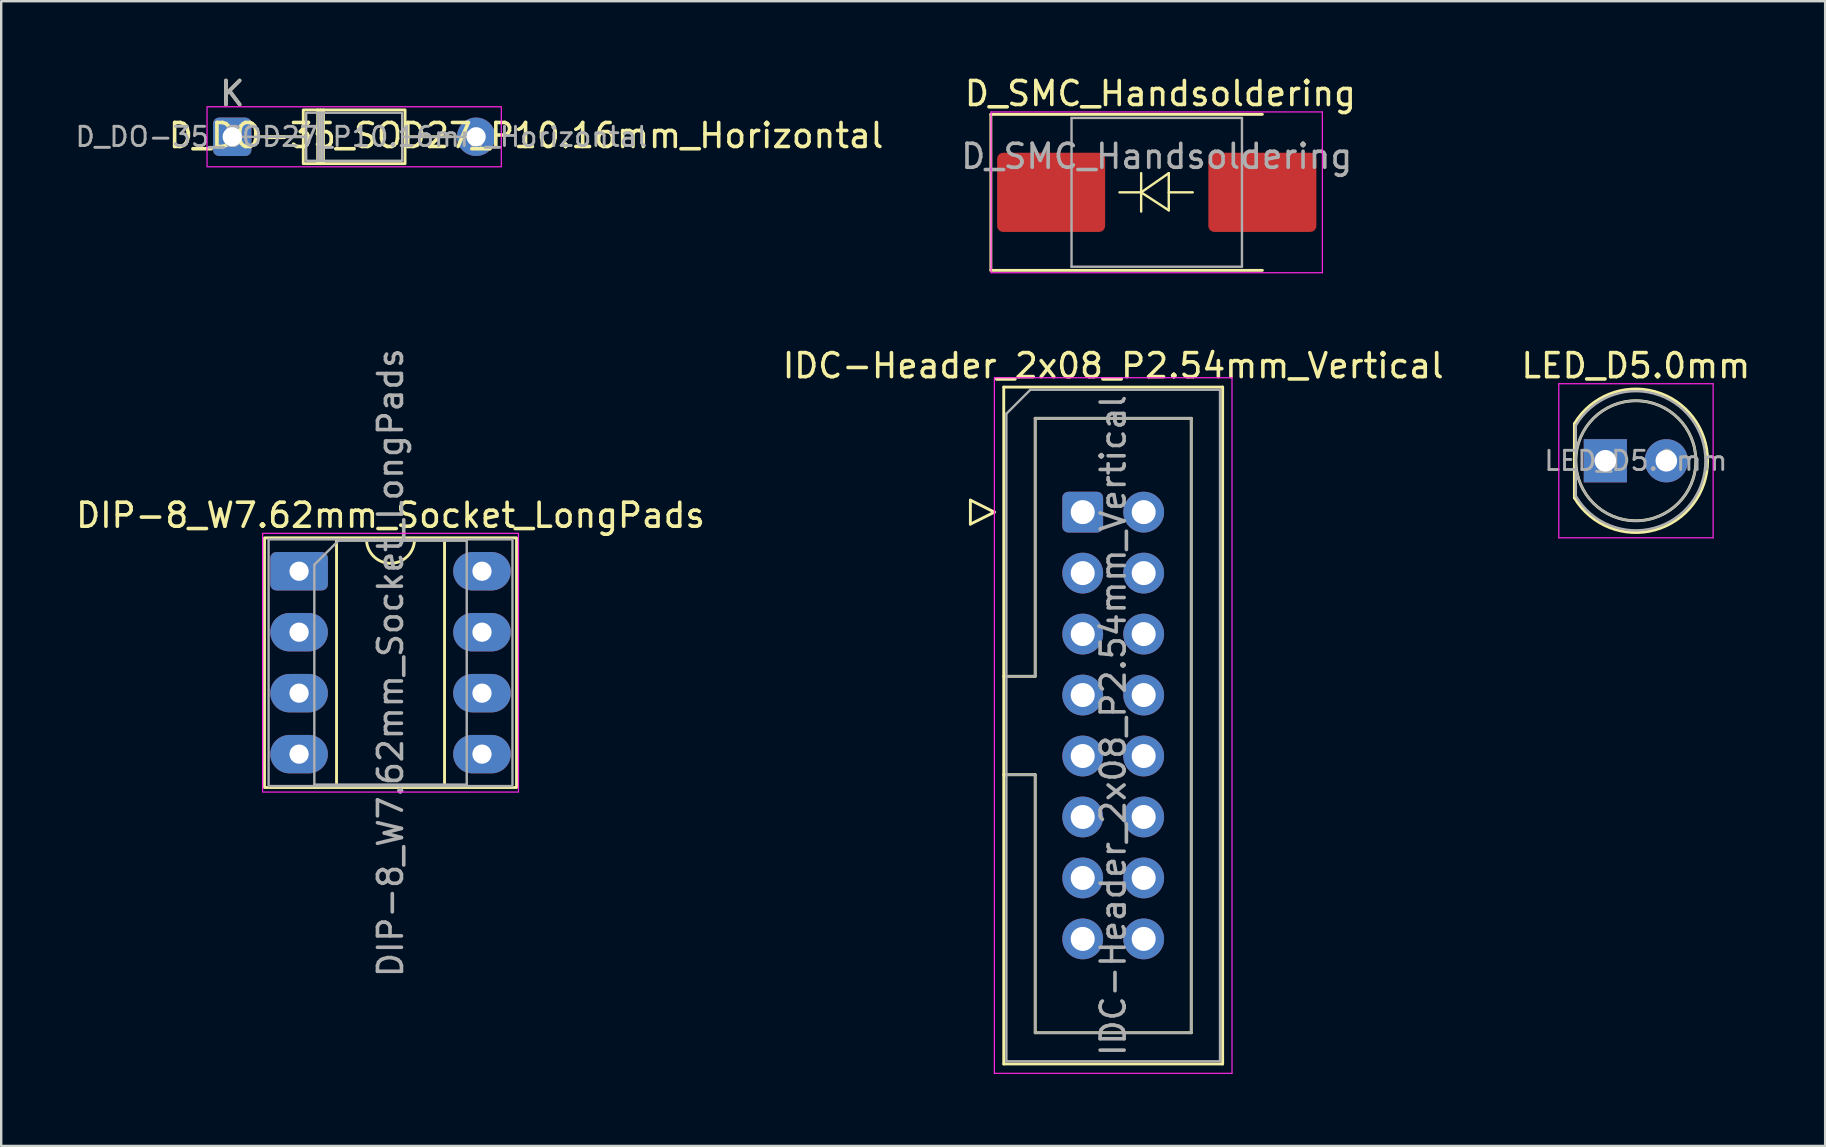
<source format=kicad_pcb>
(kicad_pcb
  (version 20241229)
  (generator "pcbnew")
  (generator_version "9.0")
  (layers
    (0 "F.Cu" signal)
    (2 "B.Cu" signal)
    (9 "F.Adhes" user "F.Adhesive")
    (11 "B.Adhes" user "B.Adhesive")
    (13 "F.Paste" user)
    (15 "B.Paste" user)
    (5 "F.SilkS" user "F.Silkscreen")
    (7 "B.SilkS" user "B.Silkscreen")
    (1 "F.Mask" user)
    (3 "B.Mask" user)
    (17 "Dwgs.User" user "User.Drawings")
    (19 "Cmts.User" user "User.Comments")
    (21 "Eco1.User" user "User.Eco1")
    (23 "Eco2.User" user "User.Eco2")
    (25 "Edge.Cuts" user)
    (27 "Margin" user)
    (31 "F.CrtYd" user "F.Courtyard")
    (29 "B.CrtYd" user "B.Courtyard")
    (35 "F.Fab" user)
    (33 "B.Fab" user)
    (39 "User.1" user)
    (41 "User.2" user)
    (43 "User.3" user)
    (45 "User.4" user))
  (footprint "IDC-Header_2x08_P2.54mm_Vertical"
    (layer "F.Cu")
    (at 42.057 18.286)
    (property "Reference" "IDC-Header_2x08_P2.54mm_Vertical" (at 1.27 -6.1 0) (layer "F.SilkS") (effects (font (size 1 1) (thickness 0.15))))
    (attr through_hole)
    (fp_line (start -4.68 -0.5) (end -4.68 0.5) (stroke (width 0.12) (type solid)) (layer "F.SilkS"))
    (fp_line (start -4.68 0.5) (end -3.68 0) (stroke (width 0.12) (type solid)) (layer "F.SilkS"))
    (fp_line (start -3.68 0) (end -4.68 -0.5) (stroke (width 0.12) (type solid)) (layer "F.SilkS"))
    (fp_line (start -3.29 -5.21) (end 5.83 -5.21) (stroke (width 0.12) (type solid)) (layer "F.SilkS"))
    (fp_line (start -3.29 6.84) (end -1.98 6.84) (stroke (width 0.12) (type solid)) (layer "F.SilkS"))
    (fp_line (start -3.29 22.99) (end -3.29 -5.21) (stroke (width 0.12) (type solid)) (layer "F.SilkS"))
    (fp_line (start -1.98 -3.91) (end 4.52 -3.91) (stroke (width 0.12) (type solid)) (layer "F.SilkS"))
    (fp_line (start -1.98 6.84) (end -1.98 -3.91) (stroke (width 0.12) (type solid)) (layer "F.SilkS"))
    (fp_line (start -1.98 10.94) (end -3.29 10.94) (stroke (width 0.12) (type solid)) (layer "F.SilkS"))
    (fp_line (start -1.98 21.69) (end -1.98 10.94) (stroke (width 0.12) (type solid)) (layer "F.SilkS"))
    (fp_line (start 4.52 -3.91) (end 4.52 21.69) (stroke (width 0.12) (type solid)) (layer "F.SilkS"))
    (fp_line (start 4.52 21.69) (end -1.98 21.69) (stroke (width 0.12) (type solid)) (layer "F.SilkS"))
    (fp_line (start 5.83 -5.21) (end 5.83 22.99) (stroke (width 0.12) (type solid)) (layer "F.SilkS"))
    (fp_line (start 5.83 22.99) (end -3.29 22.99) (stroke (width 0.12) (type solid)) (layer "F.SilkS"))
    (fp_line (start -3.68 -5.6) (end -3.68 23.38) (stroke (width 0.05) (type solid)) (layer "F.CrtYd"))
    (fp_line (start -3.68 23.38) (end 6.22 23.38) (stroke (width 0.05) (type solid)) (layer "F.CrtYd"))
    (fp_line (start 6.22 -5.6) (end -3.68 -5.6) (stroke (width 0.05) (type solid)) (layer "F.CrtYd"))
    (fp_line (start 6.22 23.38) (end 6.22 -5.6) (stroke (width 0.05) (type solid)) (layer "F.CrtYd"))
    (fp_line (start -3.18 -4.1) (end -2.18 -5.1) (stroke (width 0.1) (type solid)) (layer "F.Fab"))
    (fp_line (start -3.18 6.84) (end -1.98 6.84) (stroke (width 0.1) (type solid)) (layer "F.Fab"))
    (fp_line (start -3.18 22.88) (end -3.18 -4.1) (stroke (width 0.1) (type solid)) (layer "F.Fab"))
    (fp_line (start -2.18 -5.1) (end 5.72 -5.1) (stroke (width 0.1) (type solid)) (layer "F.Fab"))
    (fp_line (start -1.98 -3.91) (end 4.52 -3.91) (stroke (width 0.1) (type solid)) (layer "F.Fab"))
    (fp_line (start -1.98 6.84) (end -1.98 -3.91) (stroke (width 0.1) (type solid)) (layer "F.Fab"))
    (fp_line (start -1.98 10.94) (end -3.18 10.94) (stroke (width 0.1) (type solid)) (layer "F.Fab"))
    (fp_line (start -1.98 21.69) (end -1.98 10.94) (stroke (width 0.1) (type solid)) (layer "F.Fab"))
    (fp_line (start 4.52 -3.91) (end 4.52 21.69) (stroke (width 0.1) (type solid)) (layer "F.Fab"))
    (fp_line (start 4.52 21.69) (end -1.98 21.69) (stroke (width 0.1) (type solid)) (layer "F.Fab"))
    (fp_line (start 5.72 -5.1) (end 5.72 22.88) (stroke (width 0.1) (type solid)) (layer "F.Fab"))
    (fp_line (start 5.72 22.88) (end -3.18 22.88) (stroke (width 0.1) (type solid)) (layer "F.Fab"))
    (fp_text user "${REFERENCE}" (at 1.27 8.89 90) (layer "F.Fab") (effects (font (size 1 1) (thickness 0.15))))
    (pad "1" thru_hole roundrect (at 0 0 180) (size 1.7 1.7) (drill 1) (layers "*.Cu" "*.Mask") (roundrect_rratio 0.147))
    (pad "2" thru_hole circle (at 2.54 0 180) (size 1.7 1.7) (drill 1) (layers "*.Cu" "*.Mask"))
    (pad "3" thru_hole circle (at 0 2.54 180) (size 1.7 1.7) (drill 1) (layers "*.Cu" "*.Mask"))
    (pad "4" thru_hole circle (at 2.54 2.54 180) (size 1.7 1.7) (drill 1) (layers "*.Cu" "*.Mask"))
    (pad "5" thru_hole circle (at 0 5.08 180) (size 1.7 1.7) (drill 1) (layers "*.Cu" "*.Mask"))
    (pad "6" thru_hole circle (at 2.54 5.08 180) (size 1.7 1.7) (drill 1) (layers "*.Cu" "*.Mask"))
    (pad "7" thru_hole circle (at 0 7.62 180) (size 1.7 1.7) (drill 1) (layers "*.Cu" "*.Mask"))
    (pad "8" thru_hole circle (at 2.54 7.62 180) (size 1.7 1.7) (drill 1) (layers "*.Cu" "*.Mask"))
    (pad "9" thru_hole circle (at 0 10.16 180) (size 1.7 1.7) (drill 1) (layers "*.Cu" "*.Mask"))
    (pad "10" thru_hole circle (at 2.54 10.16 180) (size 1.7 1.7) (drill 1) (layers "*.Cu" "*.Mask"))
    (pad "11" thru_hole circle (at 0 12.7 180) (size 1.7 1.7) (drill 1) (layers "*.Cu" "*.Mask"))
    (pad "12" thru_hole circle (at 2.54 12.7 180) (size 1.7 1.7) (drill 1) (layers "*.Cu" "*.Mask"))
    (pad "13" thru_hole circle (at 0 15.24 180) (size 1.7 1.7) (drill 1) (layers "*.Cu" "*.Mask"))
    (pad "14" thru_hole circle (at 2.54 15.24 180) (size 1.7 1.7) (drill 1) (layers "*.Cu" "*.Mask"))
    (pad "15" thru_hole circle (at 0 17.78 180) (size 1.7 1.7) (drill 1) (layers "*.Cu" "*.Mask"))
    (pad "16" thru_hole circle (at 2.54 17.78 180) (size 1.7 1.7) (drill 1) (layers "*.Cu" "*.Mask")))
  (footprint "D_SMC_Handsoldering"
    (layer "F.Cu")
    (at 45.141 4.963)
    (property "Reference" "D_SMC_Handsoldering" (at 0.152 -4.115 0) (unlocked yes) (layer "F.SilkS") (effects (font (size 1 1) (thickness 0.15))))
    (attr smd)
    (fp_line (start -6.91 -3.25) (end 4.4 -3.25) (stroke (width 0.12) (type solid)) (layer "F.SilkS"))
    (fp_line (start -6.91 3.25) (end -6.91 -3.25) (stroke (width 0.12) (type solid)) (layer "F.SilkS"))
    (fp_line (start -6.91 3.25) (end 4.4 3.25) (stroke (width 0.12) (type solid)) (layer "F.SilkS"))
    (fp_line (start -0.649 -0.799) (end -0.649 0.801) (stroke (width 0.1) (type solid)) (layer "F.SilkS"))
    (fp_line (start -0.649 0.001) (end -1.551 0.001) (stroke (width 0.1) (type solid)) (layer "F.SilkS"))
    (fp_line (start -0.649 0.001) (end 0.501 -0.799) (stroke (width 0.1) (type solid)) (layer "F.SilkS"))
    (fp_line (start -0.649 0.001) (end 0.501 0.75) (stroke (width 0.1) (type solid)) (layer "F.SilkS"))
    (fp_line (start 0.501 0.001) (end 1.499 0.001) (stroke (width 0.1) (type solid)) (layer "F.SilkS"))
    (fp_line (start 0.501 0.75) (end 0.501 -0.799) (stroke (width 0.1) (type solid)) (layer "F.SilkS"))
    (fp_line (start -6.9 -3.35) (end 6.9 -3.35) (stroke (width 0.05) (type solid)) (layer "F.CrtYd"))
    (fp_line (start -6.9 3.35) (end -6.9 -3.35) (stroke (width 0.05) (type solid)) (layer "F.CrtYd"))
    (fp_line (start 6.9 -3.35) (end 6.9 3.35) (stroke (width 0.05) (type solid)) (layer "F.CrtYd"))
    (fp_line (start 6.9 3.35) (end -6.9 3.35) (stroke (width 0.05) (type solid)) (layer "F.CrtYd"))
    (fp_line (start -3.55 3.1) (end -3.55 -3.1) (stroke (width 0.1) (type solid)) (layer "F.Fab"))
    (fp_line (start 3.55 -3.1) (end -3.55 -3.1) (stroke (width 0.1) (type solid)) (layer "F.Fab"))
    (fp_line (start 3.55 -3.1) (end 3.55 3.1) (stroke (width 0.1) (type solid)) (layer "F.Fab"))
    (fp_line (start 3.55 3.1) (end -3.55 3.1) (stroke (width 0.1) (type solid)) (layer "F.Fab"))
    (fp_text user "${REFERENCE}" (at 0 -1.5 180) (layer "F.Fab") (effects (font (size 1 1) (thickness 0.15))))
    (pad "1" smd roundrect (at -4.4 0 90) (size 3.3 4.5) (layers "F.Cu" "F.Mask" "F.Paste") (roundrect_rratio 0.076))
    (pad "2" smd roundrect (at 4.4 0 90) (size 3.3 4.5) (layers "F.Cu" "F.Mask" "F.Paste") (roundrect_rratio 0.076)))
  (footprint "LED_D5.0mm"
    (layer "F.Cu")
    (at 63.831 16.146)
    (property "Reference" "LED_D5.0mm" (at 1.27 -3.96 0) (unlocked yes) (layer "F.SilkS") (effects (font (size 1 1) (thickness 0.15))))
    (attr through_hole)
    (fp_line (start -1.29 -1.545) (end -1.29 1.545) (stroke (width 0.12) (type solid)) (layer "F.SilkS"))
    (fp_arc (start -1.29 -1.54483) (mid 2.071779 -2.880495) (end 4.26 0) (stroke (width 0.12) (type solid)) (layer "F.SilkS"))
    (fp_arc (start 4.26 0) (mid 2.071779 2.880495) (end -1.29 1.54483) (stroke (width 0.12) (type solid)) (layer "F.SilkS"))
    (fp_circle (center 1.27 0) (end 3.77 0) (stroke (width 0.12) (type solid)) (fill no) (layer "F.SilkS"))
    (fp_line (start -1.94 -3.21) (end -1.94 3.21) (stroke (width 0.05) (type solid)) (layer "F.CrtYd"))
    (fp_line (start -1.94 3.21) (end 4.49 3.21) (stroke (width 0.05) (type solid)) (layer "F.CrtYd"))
    (fp_line (start 4.49 -3.21) (end -1.94 -3.21) (stroke (width 0.05) (type solid)) (layer "F.CrtYd"))
    (fp_line (start 4.49 3.21) (end 4.49 -3.21) (stroke (width 0.05) (type solid)) (layer "F.CrtYd"))
    (fp_line (start -1.23 -1.47) (end -1.23 1.47) (stroke (width 0.1) (type solid)) (layer "F.Fab"))
    (fp_arc (start -1.23 -1.469694) (mid 4.17 0) (end -1.23 1.469694) (stroke (width 0.1) (type solid)) (layer "F.Fab"))
    (fp_circle (center 1.27 0) (end 3.77 0) (stroke (width 0.1) (type solid)) (fill no) (layer "F.Fab"))
    (fp_text user "${REFERENCE}" (at 1.27 0 180) (layer "F.Fab") (effects (font (size 0.8 0.8) (thickness 0.12))))
    (pad "1" thru_hole rect (at 0 0) (size 1.8 1.8) (drill 0.9) (layers "*.Cu" "*.Mask"))
    (pad "2" thru_hole circle (at 2.54 0) (size 1.8 1.8) (drill 0.9) (layers "*.Cu" "*.Mask")))
  (footprint "DIP-8_W7.62mm_Socket_LongPads"
    (layer "F.Cu")
    (at 9.41 20.748)
    (property "Reference" "DIP-8_W7.62mm_Socket_LongPads" (at 3.81 -2.33 0) (unlocked yes) (layer "F.SilkS") (effects (font (size 1 1) (thickness 0.15))))
    (attr through_hole)
    (fp_line (start 1.56 -1.33) (end 1.56 8.95) (stroke (width 0.12) (type solid)) (layer "F.SilkS"))
    (fp_line (start 1.56 8.95) (end 6.06 8.95) (stroke (width 0.12) (type solid)) (layer "F.SilkS"))
    (fp_line (start 2.81 -1.33) (end 1.56 -1.33) (stroke (width 0.12) (type solid)) (layer "F.SilkS"))
    (fp_line (start 6.06 -1.33) (end 4.81 -1.33) (stroke (width 0.12) (type solid)) (layer "F.SilkS"))
    (fp_line (start 6.06 8.95) (end 6.06 -1.33) (stroke (width 0.12) (type solid)) (layer "F.SilkS"))
    (fp_rect (start -1.44 -1.39) (end 9.06 9.01) (stroke (width 0.12) (type solid)) (fill no) (layer "F.SilkS"))
    (fp_arc (start 4.81 -1.33) (mid 3.81 -0.33) (end 2.81 -1.33) (stroke (width 0.12) (type solid)) (layer "F.SilkS"))
    (fp_rect (start -1.52 -1.58) (end 9.14 9.2) (stroke (width 0.05) (type solid)) (fill no) (layer "F.CrtYd"))
    (fp_line (start 0.635 -0.27) (end 1.635 -1.27) (stroke (width 0.1) (type solid)) (layer "F.Fab"))
    (fp_line (start 0.635 8.89) (end 0.635 -0.27) (stroke (width 0.1) (type solid)) (layer "F.Fab"))
    (fp_line (start 1.635 -1.27) (end 6.985 -1.27) (stroke (width 0.1) (type solid)) (layer "F.Fab"))
    (fp_line (start 6.985 -1.27) (end 6.985 8.89) (stroke (width 0.1) (type solid)) (layer "F.Fab"))
    (fp_line (start 6.985 8.89) (end 0.635 8.89) (stroke (width 0.1) (type solid)) (layer "F.Fab"))
    (fp_rect (start -1.27 -1.33) (end 8.89 8.95) (stroke (width 0.1) (type solid)) (fill no) (layer "F.Fab"))
    (fp_text user "${REFERENCE}" (at 3.81 3.81 90) (layer "F.Fab") (effects (font (size 1 1) (thickness 0.15))))
    (pad "1" thru_hole roundrect (at 0 0) (size 2.4 1.6) (drill 0.8) (layers "*.Cu" "*.Mask") (roundrect_rratio 0.156))
    (pad "2" thru_hole oval (at 0 2.54) (size 2.4 1.6) (drill 0.8) (layers "*.Cu" "*.Mask"))
    (pad "3" thru_hole oval (at 0 5.08) (size 2.4 1.6) (drill 0.8) (layers "*.Cu" "*.Mask"))
    (pad "4" thru_hole oval (at 0 7.62) (size 2.4 1.6) (drill 0.8) (layers "*.Cu" "*.Mask"))
    (pad "5" thru_hole oval (at 7.62 7.62) (size 2.4 1.6) (drill 0.8) (layers "*.Cu" "*.Mask"))
    (pad "6" thru_hole oval (at 7.62 5.08) (size 2.4 1.6) (drill 0.8) (layers "*.Cu" "*.Mask"))
    (pad "7" thru_hole oval (at 7.62 2.54) (size 2.4 1.6) (drill 0.8) (layers "*.Cu" "*.Mask"))
    (pad "8" thru_hole oval (at 7.62 0) (size 2.4 1.6) (drill 0.8) (layers "*.Cu" "*.Mask")))
  (footprint "D_DO-35_SOD27_P10.16mm_Horizontal"
    (layer "F.Cu")
    (at 6.625 2.648)
    (property "Reference" "D_DO-35_SOD27_P10.16mm_Horizontal" (at 12.243 -0.051 0) (layer "F.SilkS") (effects (font (size 1 1) (thickness 0.15))))
    (attr through_hole)
    (fp_line (start 1.04 0) (end 2.96 0) (stroke (width 0.12) (type solid)) (layer "F.SilkS"))
    (fp_line (start 3.56 -1.12) (end 3.56 1.12) (stroke (width 0.12) (type solid)) (layer "F.SilkS"))
    (fp_line (start 3.68 -1.12) (end 3.68 1.12) (stroke (width 0.12) (type solid)) (layer "F.SilkS"))
    (fp_line (start 3.8 -1.12) (end 3.8 1.12) (stroke (width 0.12) (type solid)) (layer "F.SilkS"))
    (fp_line (start 9.12 0) (end 7.2 0) (stroke (width 0.12) (type solid)) (layer "F.SilkS"))
    (fp_rect (start 2.96 -1.12) (end 7.2 1.12) (stroke (width 0.12) (type solid)) (fill no) (layer "F.SilkS"))
    (fp_rect (start -1.05 -1.25) (end 11.21 1.25) (stroke (width 0.05) (type solid)) (fill no) (layer "F.CrtYd"))
    (fp_line (start 0 0) (end 3.08 0) (stroke (width 0.1) (type solid)) (layer "F.Fab"))
    (fp_line (start 3.58 -1) (end 3.58 1) (stroke (width 0.1) (type solid)) (layer "F.Fab"))
    (fp_line (start 3.68 -1) (end 3.68 1) (stroke (width 0.1) (type solid)) (layer "F.Fab"))
    (fp_line (start 3.78 -1) (end 3.78 1) (stroke (width 0.1) (type solid)) (layer "F.Fab"))
    (fp_line (start 10.16 0) (end 7.08 0) (stroke (width 0.1) (type solid)) (layer "F.Fab"))
    (fp_rect (start 3.08 -1) (end 7.08 1) (stroke (width 0.1) (type solid)) (fill no) (layer "F.Fab"))
    (fp_text user "K" (at 0 -1.8 0) (layer "F.SilkS") (effects (font (size 1 1) (thickness 0.15))))
    (fp_text user "K" (at 0 -1.8 0) (layer "F.Fab") (effects (font (size 1 1) (thickness 0.15))))
    (fp_text user "${REFERENCE}" (at 5.38 0 0) (layer "F.Fab") (effects (font (size 0.8 0.8) (thickness 0.12))))
    (pad "1" thru_hole roundrect (at 0 0 180) (size 1.6 1.6) (drill 0.8) (layers "*.Cu" "*.Mask") (roundrect_rratio 0.156))
    (pad "2" thru_hole circle (at 10.16 0 180) (size 1.6 1.6) (drill 0.8) (layers "*.Cu" "*.Mask")))
  (gr_rect
    (start -3 -3)
    (end 72.988 44.691)
    (stroke (width 0.1) (type default))
    (fill no)
    (layer "Edge.Cuts")))
</source>
